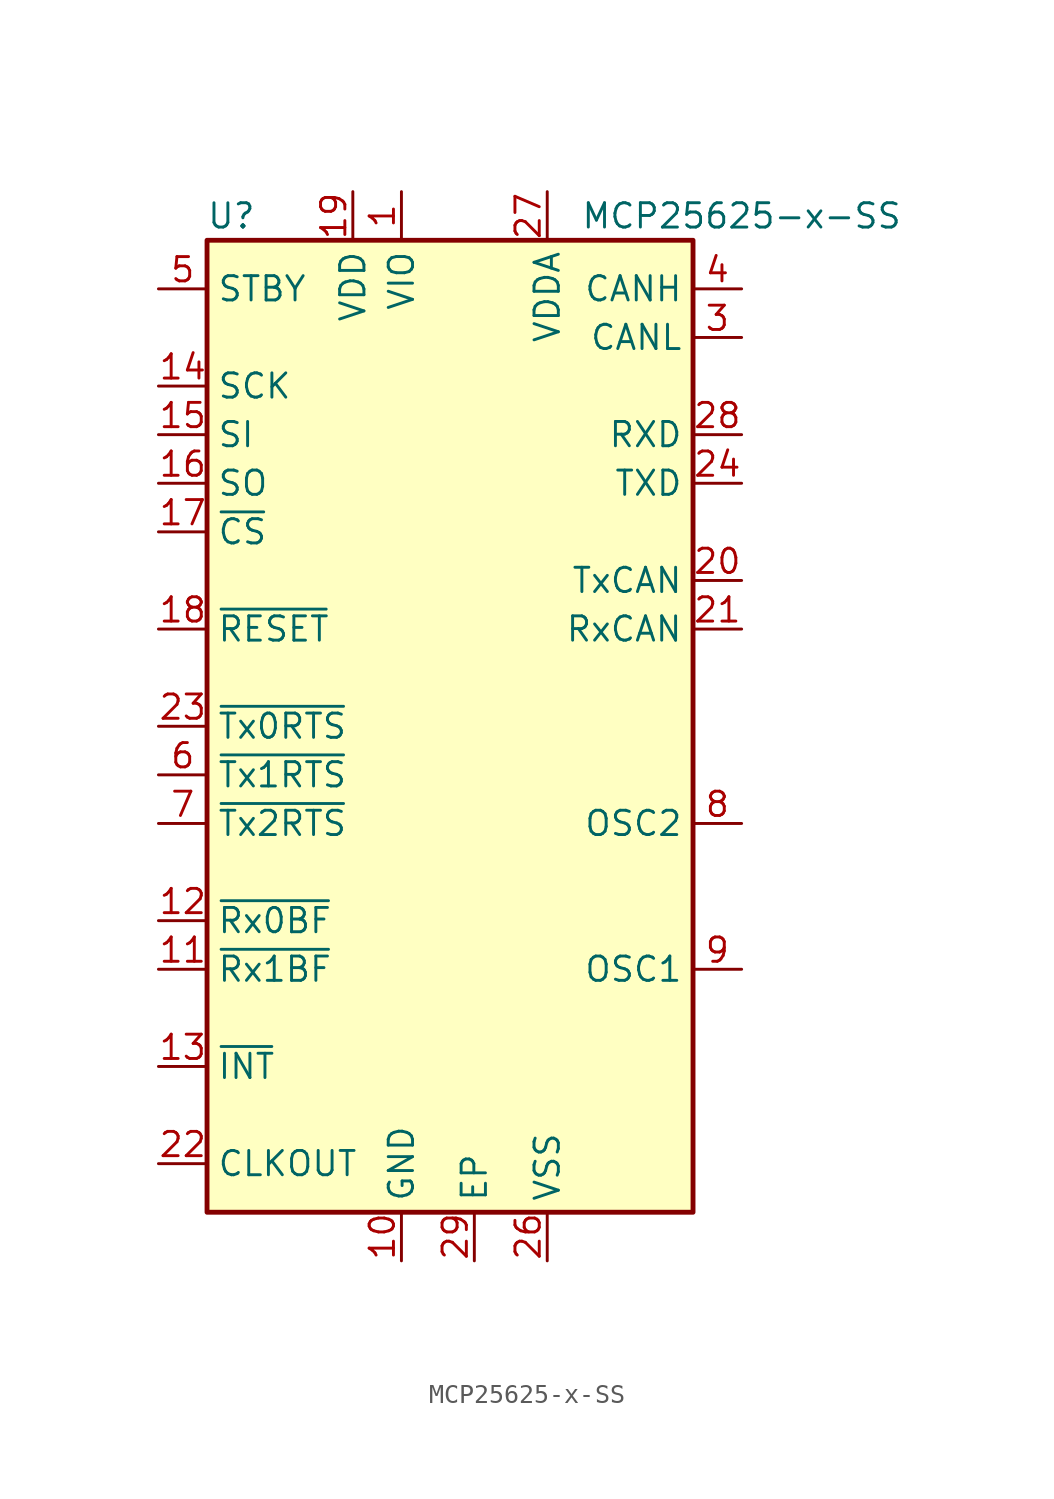
<source format=kicad_sym>
(kicad_symbol_lib
  (version 20231120)
  (generator "kicad_symbol_editor")
  (generator_version "8.0")
  (symbol "MCP25625-x-SS"
    (property "Reference" "U"
      (at -11.43 26.67 0)
      (effects (font (size 1.27 1.27))))
    (property "Value" "MCP25625-x-SS"
      (at 15.24 26.67 0)
      (effects (font (size 1.27 1.27))))
    (symbol "MCP25625-x-SS_0_1"
      (rectangle (start -12.7 25.4) (end 12.7 -25.4) (stroke (width 0.254) (type default)) (fill (type background))))
    (symbol "MCP25625-x-SS_1_1"
      (pin power_in line (at -2.54 27.94 270) (length 2.54) (name "VIO" (effects (font (size 1.27 1.27)))) (number "1" (effects (font (size 1.27 1.27)))))
      (pin power_in line (at -2.54 -27.94 90) (length 2.54) (name "GND" (effects (font (size 1.27 1.27)))) (number "10" (effects (font (size 1.27 1.27)))))
      (pin output line (at -15.24 -12.7 0) (length 2.54) (name "~{Rx1BF}" (effects (font (size 1.27 1.27)))) (number "11" (effects (font (size 1.27 1.27)))))
      (pin output line (at -15.24 -10.16 0) (length 2.54) (name "~{Rx0BF}" (effects (font (size 1.27 1.27)))) (number "12" (effects (font (size 1.27 1.27)))))
      (pin output line (at -15.24 -17.78 0) (length 2.54) (name "~{INT}" (effects (font (size 1.27 1.27)))) (number "13" (effects (font (size 1.27 1.27)))))
      (pin input line (at -15.24 17.78 0) (length 2.54) (name "SCK" (effects (font (size 1.27 1.27)))) (number "14" (effects (font (size 1.27 1.27)))))
      (pin input line (at -15.24 15.24 0) (length 2.54) (name "SI" (effects (font (size 1.27 1.27)))) (number "15" (effects (font (size 1.27 1.27)))))
      (pin output line (at -15.24 12.7 0) (length 2.54) (name "SO" (effects (font (size 1.27 1.27)))) (number "16" (effects (font (size 1.27 1.27)))))
      (pin input line (at -15.24 10.16 0) (length 2.54) (name "~{CS}" (effects (font (size 1.27 1.27)))) (number "17" (effects (font (size 1.27 1.27)))))
      (pin input line (at -15.24 5.08 0) (length 2.54) (name "~{RESET}" (effects (font (size 1.27 1.27)))) (number "18" (effects (font (size 1.27 1.27)))))
      (pin power_in line (at -5.08 27.94 270) (length 2.54) (name "VDD" (effects (font (size 1.27 1.27)))) (number "19" (effects (font (size 1.27 1.27)))))
      (pin no_connect line (at 12.7 -15.24 180) (length 2.54) hide (name "NC" (effects (font (size 1.27 1.27)))) (number "2" (effects (font (size 1.27 1.27)))))
      (pin output line (at 15.24 7.62 180) (length 2.54) (name "TxCAN" (effects (font (size 1.27 1.27)))) (number "20" (effects (font (size 1.27 1.27)))))
      (pin input line (at 15.24 5.08 180) (length 2.54) (name "RxCAN" (effects (font (size 1.27 1.27)))) (number "21" (effects (font (size 1.27 1.27)))))
      (pin output line (at -15.24 -22.86 0) (length 2.54) (name "CLKOUT" (effects (font (size 1.27 1.27)))) (number "22" (effects (font (size 1.27 1.27)))))
      (pin input line (at -15.24 0 0) (length 2.54) (name "~{Tx0RTS}" (effects (font (size 1.27 1.27)))) (number "23" (effects (font (size 1.27 1.27)))))
      (pin input line (at 15.24 12.7 180) (length 2.54) (name "TXD" (effects (font (size 1.27 1.27)))) (number "24" (effects (font (size 1.27 1.27)))))
      (pin no_connect line (at 12.7 -17.78 180) (length 2.54) hide (name "NC" (effects (font (size 1.27 1.27)))) (number "25" (effects (font (size 1.27 1.27)))))
      (pin power_in line (at 5.08 -27.94 90) (length 2.54) (name "VSS" (effects (font (size 1.27 1.27)))) (number "26" (effects (font (size 1.27 1.27)))))
      (pin power_in line (at 5.08 27.94 270) (length 2.54) (name "VDDA" (effects (font (size 1.27 1.27)))) (number "27" (effects (font (size 1.27 1.27)))))
      (pin output line (at 15.24 15.24 180) (length 2.54) (name "RXD" (effects (font (size 1.27 1.27)))) (number "28" (effects (font (size 1.27 1.27)))))
      (pin passive line (at 1.27 -27.94 90) (length 2.54) (name "EP" (effects (font (size 1.27 1.27)))) (number "29" (effects (font (size 1.27 1.27)))))
      (pin bidirectional line (at 15.24 20.32 180) (length 2.54) (name "CANL" (effects (font (size 1.27 1.27)))) (number "3" (effects (font (size 1.27 1.27)))))
      (pin bidirectional line (at 15.24 22.86 180) (length 2.54) (name "CANH" (effects (font (size 1.27 1.27)))) (number "4" (effects (font (size 1.27 1.27)))))
      (pin input line (at -15.24 22.86 0) (length 2.54) (name "STBY" (effects (font (size 1.27 1.27)))) (number "5" (effects (font (size 1.27 1.27)))))
      (pin input line (at -15.24 -2.54 0) (length 2.54) (name "~{Tx1RTS}" (effects (font (size 1.27 1.27)))) (number "6" (effects (font (size 1.27 1.27)))))
      (pin input line (at -15.24 -5.08 0) (length 2.54) (name "~{Tx2RTS}" (effects (font (size 1.27 1.27)))) (number "7" (effects (font (size 1.27 1.27)))))
      (pin output line (at 15.24 -5.08 180) (length 2.54) (name "OSC2" (effects (font (size 1.27 1.27)))) (number "8" (effects (font (size 1.27 1.27)))))
      (pin input line (at 15.24 -12.7 180) (length 2.54) (name "OSC1" (effects (font (size 1.27 1.27)))) (number "9" (effects (font (size 1.27 1.27))))))))
</source>
